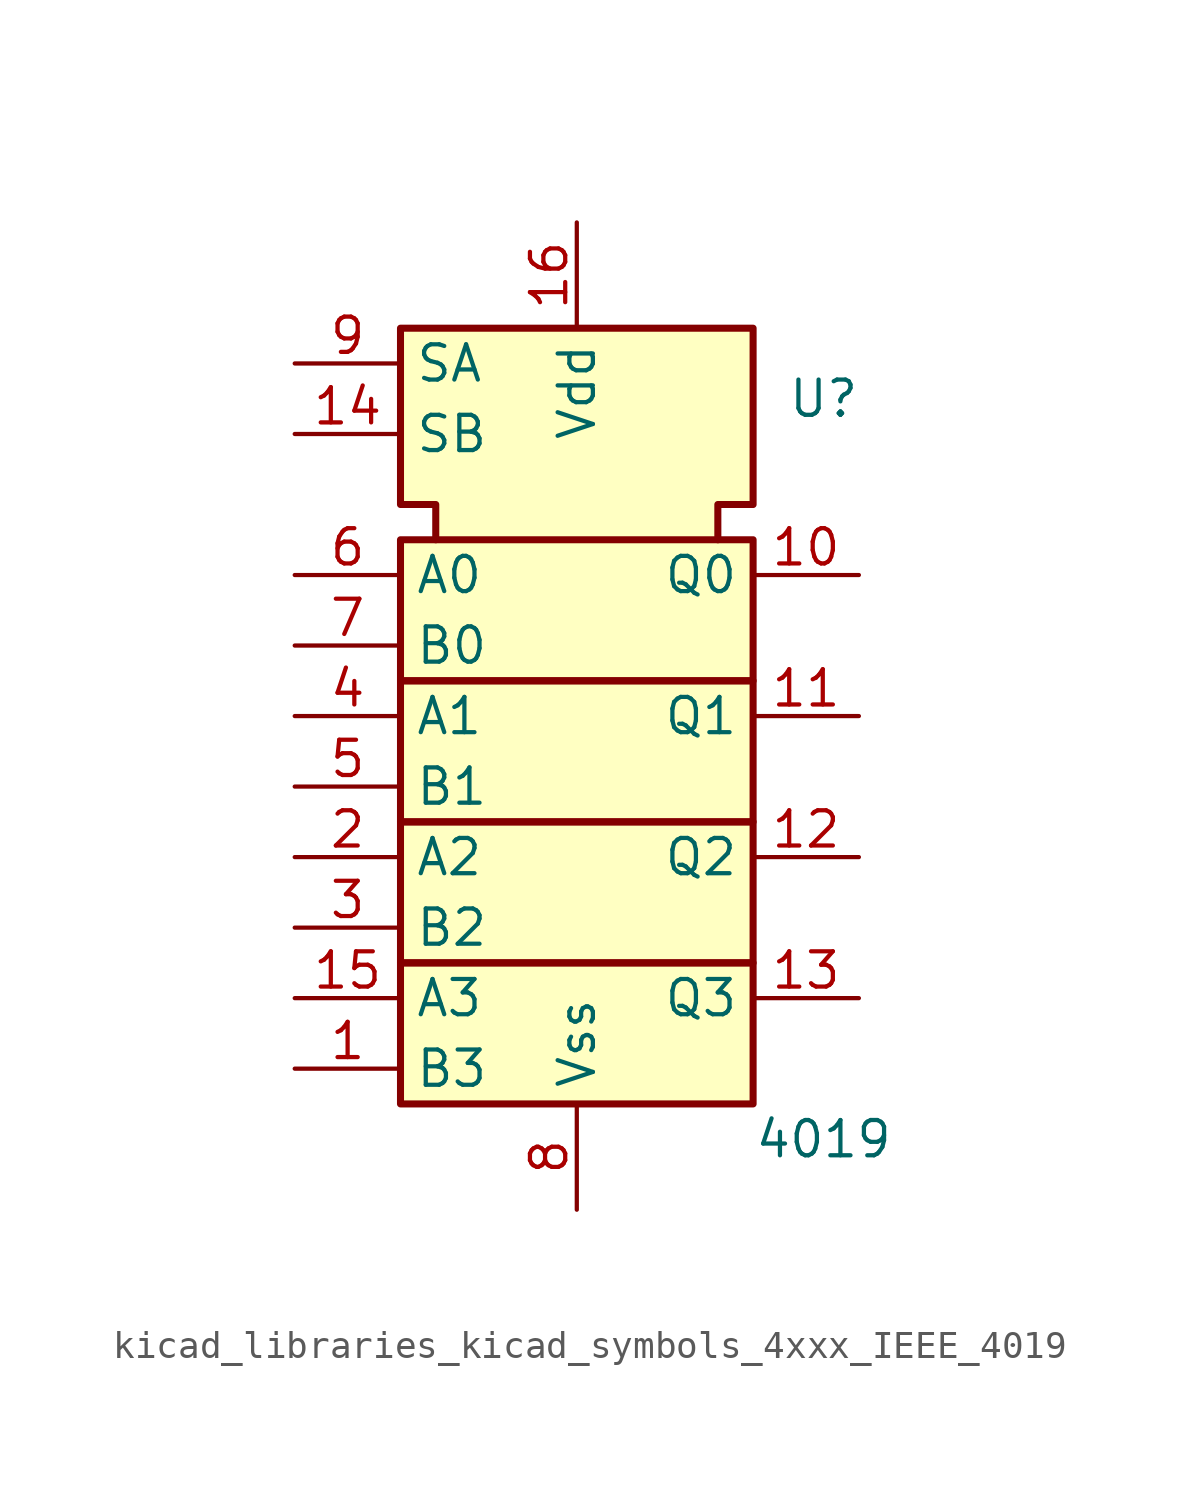
<source format=kicad_sym>
(kicad_symbol_lib
  (version 20220914)
  (generator kicad_symbol_editor)
  (symbol "kicad_libraries_kicad_symbols_4xxx_IEEE_4019"
    (property "Reference" "U"
      (at 8.89 11.43 0)
      (effects (font (size 1.27 1.27))))
    (property "Value" "4019"
      (at 8.89 -15.24 0)
      (effects (font (size 1.27 1.27))))
    (symbol "kicad_libraries_kicad_symbols_4xxx_IEEE_4019_0_1"
      (rectangle (start -6.35 -8.89) (end 6.35 -13.97) (stroke (width 0.254) (type default)) (fill (type background)))
      (rectangle (start -6.35 -3.81) (end 6.35 -8.89) (stroke (width 0.254) (type default)) (fill (type background)))
      (rectangle (start -6.35 1.27) (end 6.35 -3.81) (stroke (width 0.254) (type default)) (fill (type background)))
      (rectangle (start -6.35 1.27) (end 6.35 6.35) (stroke (width 0.254) (type default)) (fill (type background)))
      (polyline (pts (xy -5.08 6.35) (xy -5.08 7.62) (xy -6.35 7.62) (xy -6.35 13.97) (xy 6.35 13.97) (xy 6.35 7.62) (xy 5.08 7.62) (xy 5.08 6.35) (xy 5.08 6.35)) (stroke (width 0.254) (type default)) (fill (type background)))
      (pin power_in line (at 0 17.78 270) (length 3.81) (name "Vdd" (effects (font (size 1.27 1.27)))) (number "16" (effects (font (size 1.27 1.27)))))
      (pin power_in line (at 0 -17.78 90) (length 3.81) (name "Vss" (effects (font (size 1.27 1.27)))) (number "8" (effects (font (size 1.27 1.27))))))
    (symbol "kicad_libraries_kicad_symbols_4xxx_IEEE_4019_1_1"
      (pin input line (at -10.16 -12.7 0) (length 3.81) (name "B3" (effects (font (size 1.27 1.27)))) (number "1" (effects (font (size 1.27 1.27)))))
      (pin output line (at 10.16 5.08 180) (length 3.81) (name "Q0" (effects (font (size 1.27 1.27)))) (number "10" (effects (font (size 1.27 1.27)))))
      (pin output line (at 10.16 0 180) (length 3.81) (name "Q1" (effects (font (size 1.27 1.27)))) (number "11" (effects (font (size 1.27 1.27)))))
      (pin output line (at 10.16 -5.08 180) (length 3.81) (name "Q2" (effects (font (size 1.27 1.27)))) (number "12" (effects (font (size 1.27 1.27)))))
      (pin output line (at 10.16 -10.16 180) (length 3.81) (name "Q3" (effects (font (size 1.27 1.27)))) (number "13" (effects (font (size 1.27 1.27)))))
      (pin input line (at -10.16 10.16 0) (length 3.81) (name "SB" (effects (font (size 1.27 1.27)))) (number "14" (effects (font (size 1.27 1.27)))))
      (pin input line (at -10.16 -10.16 0) (length 3.81) (name "A3" (effects (font (size 1.27 1.27)))) (number "15" (effects (font (size 1.27 1.27)))))
      (pin input line (at -10.16 -5.08 0) (length 3.81) (name "A2" (effects (font (size 1.27 1.27)))) (number "2" (effects (font (size 1.27 1.27)))))
      (pin input line (at -10.16 -7.62 0) (length 3.81) (name "B2" (effects (font (size 1.27 1.27)))) (number "3" (effects (font (size 1.27 1.27)))))
      (pin input line (at -10.16 0 0) (length 3.81) (name "A1" (effects (font (size 1.27 1.27)))) (number "4" (effects (font (size 1.27 1.27)))))
      (pin input line (at -10.16 -2.54 0) (length 3.81) (name "B1" (effects (font (size 1.27 1.27)))) (number "5" (effects (font (size 1.27 1.27)))))
      (pin input line (at -10.16 5.08 0) (length 3.81) (name "A0" (effects (font (size 1.27 1.27)))) (number "6" (effects (font (size 1.27 1.27)))))
      (pin input line (at -10.16 2.54 0) (length 3.81) (name "B0" (effects (font (size 1.27 1.27)))) (number "7" (effects (font (size 1.27 1.27)))))
      (pin input line (at -10.16 12.7 0) (length 3.81) (name "SA" (effects (font (size 1.27 1.27)))) (number "9" (effects (font (size 1.27 1.27))))))))
</source>
